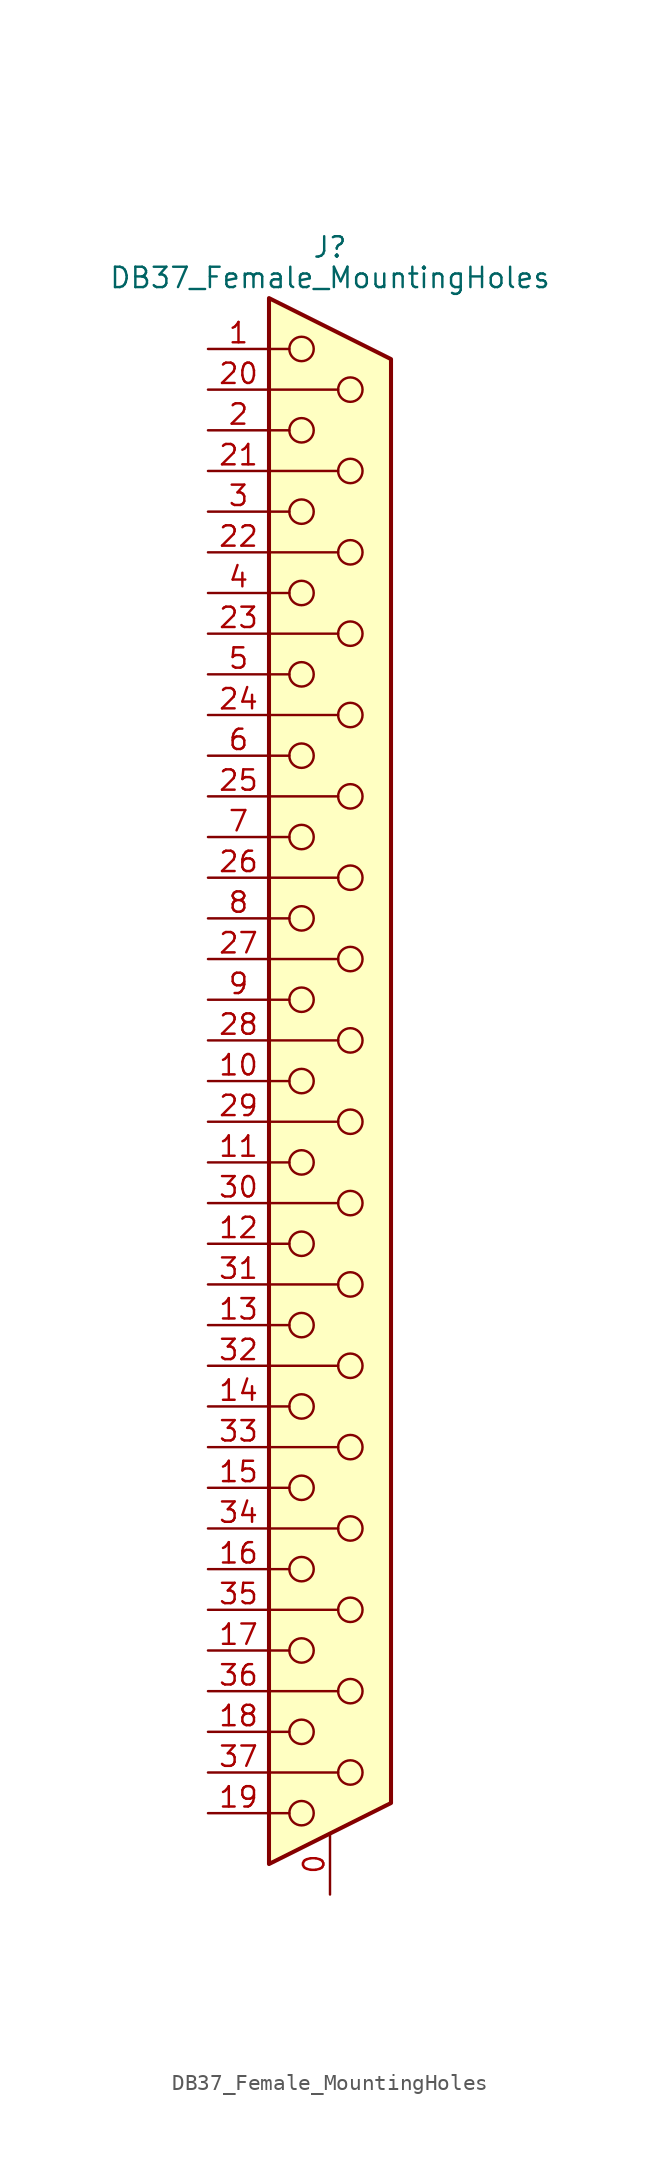
<source format=kicad_sym>
(kicad_symbol_lib
  (version 20201005)
  (generator kicad_symbol_editor)
  (symbol "Connector:DB37_Female_MountingHoles"
    (pin_names
      (offset 1.016) hide)
    (property "Reference" "J"
      (at 0 52.07 0)
      (effects (font (size 1.27 1.27))))
    (property "Value" "DB37_Female_MountingHoles"
      (at 0 50.165 0)
      (effects (font (size 1.27 1.27))))
    (symbol "DB37_Female_MountingHoles_0_1"
      (circle (center -1.778 -45.72) (radius 0.762) (stroke (width 0)) (fill (type none)))
      (circle (center -1.778 -40.64) (radius 0.762) (stroke (width 0)) (fill (type none)))
      (circle (center -1.778 -35.56) (radius 0.762) (stroke (width 0)) (fill (type none)))
      (circle (center -1.778 -30.48) (radius 0.762) (stroke (width 0)) (fill (type none)))
      (circle (center -1.778 -25.4) (radius 0.762) (stroke (width 0)) (fill (type none)))
      (circle (center -1.778 -20.32) (radius 0.762) (stroke (width 0)) (fill (type none)))
      (circle (center -1.778 -15.24) (radius 0.762) (stroke (width 0)) (fill (type none)))
      (circle (center -1.778 -10.16) (radius 0.762) (stroke (width 0)) (fill (type none)))
      (circle (center -1.778 -5.08) (radius 0.762) (stroke (width 0)) (fill (type none)))
      (circle (center -1.778 0) (radius 0.762) (stroke (width 0)) (fill (type none)))
      (circle (center -1.778 5.08) (radius 0.762) (stroke (width 0)) (fill (type none)))
      (circle (center -1.778 10.16) (radius 0.762) (stroke (width 0)) (fill (type none)))
      (circle (center -1.778 15.24) (radius 0.762) (stroke (width 0)) (fill (type none)))
      (circle (center -1.778 20.32) (radius 0.762) (stroke (width 0)) (fill (type none)))
      (circle (center -1.778 25.4) (radius 0.762) (stroke (width 0)) (fill (type none)))
      (circle (center -1.778 30.48) (radius 0.762) (stroke (width 0)) (fill (type none)))
      (circle (center -1.778 35.56) (radius 0.762) (stroke (width 0)) (fill (type none)))
      (circle (center -1.778 40.64) (radius 0.762) (stroke (width 0)) (fill (type none)))
      (circle (center -1.778 45.72) (radius 0.762) (stroke (width 0)) (fill (type none)))
      (circle (center 1.27 -43.18) (radius 0.762) (stroke (width 0)) (fill (type none)))
      (circle (center 1.27 -38.1) (radius 0.762) (stroke (width 0)) (fill (type none)))
      (circle (center 1.27 -33.02) (radius 0.762) (stroke (width 0)) (fill (type none)))
      (circle (center 1.27 -27.94) (radius 0.762) (stroke (width 0)) (fill (type none)))
      (circle (center 1.27 -22.86) (radius 0.762) (stroke (width 0)) (fill (type none)))
      (circle (center 1.27 -17.78) (radius 0.762) (stroke (width 0)) (fill (type none)))
      (circle (center 1.27 -12.7) (radius 0.762) (stroke (width 0)) (fill (type none)))
      (circle (center 1.27 -7.62) (radius 0.762) (stroke (width 0)) (fill (type none)))
      (circle (center 1.27 -2.54) (radius 0.762) (stroke (width 0)) (fill (type none)))
      (circle (center 1.27 2.54) (radius 0.762) (stroke (width 0)) (fill (type none)))
      (circle (center 1.27 7.62) (radius 0.762) (stroke (width 0)) (fill (type none)))
      (circle (center 1.27 12.7) (radius 0.762) (stroke (width 0)) (fill (type none)))
      (circle (center 1.27 17.78) (radius 0.762) (stroke (width 0)) (fill (type none)))
      (circle (center 1.27 22.86) (radius 0.762) (stroke (width 0)) (fill (type none)))
      (circle (center 1.27 27.94) (radius 0.762) (stroke (width 0)) (fill (type none)))
      (circle (center 1.27 33.02) (radius 0.762) (stroke (width 0)) (fill (type none)))
      (circle (center 1.27 38.1) (radius 0.762) (stroke (width 0)) (fill (type none)))
      (circle (center 1.27 43.18) (radius 0.762) (stroke (width 0)) (fill (type none)))
      (polyline (pts (xy -3.81 -45.72) (xy -2.54 -45.72)) (stroke (width 0)) (fill (type none)))
      (polyline (pts (xy -3.81 -43.18) (xy 0.508 -43.18)) (stroke (width 0)) (fill (type none)))
      (polyline (pts (xy -3.81 -40.64) (xy -2.54 -40.64)) (stroke (width 0)) (fill (type none)))
      (polyline (pts (xy -3.81 -38.1) (xy 0.508 -38.1)) (stroke (width 0)) (fill (type none)))
      (polyline (pts (xy -3.81 -35.56) (xy -2.54 -35.56)) (stroke (width 0)) (fill (type none)))
      (polyline (pts (xy -3.81 -33.02) (xy 0.508 -33.02)) (stroke (width 0)) (fill (type none)))
      (polyline (pts (xy -3.81 -30.48) (xy -2.54 -30.48)) (stroke (width 0)) (fill (type none)))
      (polyline (pts (xy -3.81 -27.94) (xy 0.508 -27.94)) (stroke (width 0)) (fill (type none)))
      (polyline (pts (xy -3.81 -25.4) (xy -2.54 -25.4)) (stroke (width 0)) (fill (type none)))
      (polyline (pts (xy -3.81 -22.86) (xy 0.508 -22.86)) (stroke (width 0)) (fill (type none)))
      (polyline (pts (xy -3.81 -20.32) (xy -2.54 -20.32)) (stroke (width 0)) (fill (type none)))
      (polyline (pts (xy -3.81 -17.78) (xy 0.508 -17.78)) (stroke (width 0)) (fill (type none)))
      (polyline (pts (xy -3.81 -15.24) (xy -2.54 -15.24)) (stroke (width 0)) (fill (type none)))
      (polyline (pts (xy -3.81 -12.7) (xy 0.508 -12.7)) (stroke (width 0)) (fill (type none)))
      (polyline (pts (xy -3.81 -10.16) (xy -2.54 -10.16)) (stroke (width 0)) (fill (type none)))
      (polyline (pts (xy -3.81 -7.62) (xy 0.508 -7.62)) (stroke (width 0)) (fill (type none)))
      (polyline (pts (xy -3.81 -5.08) (xy -2.54 -5.08)) (stroke (width 0)) (fill (type none)))
      (polyline (pts (xy -3.81 -2.54) (xy 0.508 -2.54)) (stroke (width 0)) (fill (type none)))
      (polyline (pts (xy -3.81 0) (xy -2.54 0)) (stroke (width 0)) (fill (type none)))
      (polyline (pts (xy -3.81 2.54) (xy 0.508 2.54)) (stroke (width 0)) (fill (type none)))
      (polyline (pts (xy -3.81 5.08) (xy -2.54 5.08)) (stroke (width 0)) (fill (type none)))
      (polyline (pts (xy -3.81 7.62) (xy 0.508 7.62)) (stroke (width 0)) (fill (type none)))
      (polyline (pts (xy -3.81 10.16) (xy -2.54 10.16)) (stroke (width 0)) (fill (type none)))
      (polyline (pts (xy -3.81 12.7) (xy 0.508 12.7)) (stroke (width 0)) (fill (type none)))
      (polyline (pts (xy -3.81 15.24) (xy -2.54 15.24)) (stroke (width 0)) (fill (type none)))
      (polyline (pts (xy -3.81 17.78) (xy 0.508 17.78)) (stroke (width 0)) (fill (type none)))
      (polyline (pts (xy -3.81 20.32) (xy -2.54 20.32)) (stroke (width 0)) (fill (type none)))
      (polyline (pts (xy -3.81 22.86) (xy 0.508 22.86)) (stroke (width 0)) (fill (type none)))
      (polyline (pts (xy -3.81 25.4) (xy -2.54 25.4)) (stroke (width 0)) (fill (type none)))
      (polyline (pts (xy -3.81 27.94) (xy 0.508 27.94)) (stroke (width 0)) (fill (type none)))
      (polyline (pts (xy -3.81 30.48) (xy -2.54 30.48)) (stroke (width 0)) (fill (type none)))
      (polyline (pts (xy -3.81 33.02) (xy 0.508 33.02)) (stroke (width 0)) (fill (type none)))
      (polyline (pts (xy -3.81 35.56) (xy -2.54 35.56)) (stroke (width 0)) (fill (type none)))
      (polyline (pts (xy -3.81 38.1) (xy 0.508 38.1)) (stroke (width 0)) (fill (type none)))
      (polyline (pts (xy -3.81 40.64) (xy -2.54 40.64)) (stroke (width 0)) (fill (type none)))
      (polyline (pts (xy -3.81 43.18) (xy 0.508 43.18)) (stroke (width 0)) (fill (type none)))
      (polyline (pts (xy -3.81 45.72) (xy -2.54 45.72)) (stroke (width 0)) (fill (type none)))
      (polyline (pts (xy -3.81 -48.895) (xy 3.81 -45.085) (xy 3.81 45.085) (xy -3.81 48.895) (xy -3.81 -48.895)) (stroke (width 0.254)) (fill (type background))))
    (symbol "DB37_Female_MountingHoles_1_1"
      (pin passive line (at 0 -50.8 90) (length 3.81) (name "PAD" (effects (font (size 1.27 1.27)))) (number "0" (effects (font (size 1.27 1.27)))))
      (pin passive line (at -7.62 45.72 0) (length 3.81) (name "1" (effects (font (size 1.27 1.27)))) (number "1" (effects (font (size 1.27 1.27)))))
      (pin passive line (at -7.62 0 0) (length 3.81) (name "10" (effects (font (size 1.27 1.27)))) (number "10" (effects (font (size 1.27 1.27)))))
      (pin passive line (at -7.62 -5.08 0) (length 3.81) (name "11" (effects (font (size 1.27 1.27)))) (number "11" (effects (font (size 1.27 1.27)))))
      (pin passive line (at -7.62 -10.16 0) (length 3.81) (name "12" (effects (font (size 1.27 1.27)))) (number "12" (effects (font (size 1.27 1.27)))))
      (pin passive line (at -7.62 -15.24 0) (length 3.81) (name "13" (effects (font (size 1.27 1.27)))) (number "13" (effects (font (size 1.27 1.27)))))
      (pin passive line (at -7.62 -20.32 0) (length 3.81) (name "14" (effects (font (size 1.27 1.27)))) (number "14" (effects (font (size 1.27 1.27)))))
      (pin passive line (at -7.62 -25.4 0) (length 3.81) (name "15" (effects (font (size 1.27 1.27)))) (number "15" (effects (font (size 1.27 1.27)))))
      (pin passive line (at -7.62 -30.48 0) (length 3.81) (name "16" (effects (font (size 1.27 1.27)))) (number "16" (effects (font (size 1.27 1.27)))))
      (pin passive line (at -7.62 -35.56 0) (length 3.81) (name "17" (effects (font (size 1.27 1.27)))) (number "17" (effects (font (size 1.27 1.27)))))
      (pin passive line (at -7.62 -40.64 0) (length 3.81) (name "18" (effects (font (size 1.27 1.27)))) (number "18" (effects (font (size 1.27 1.27)))))
      (pin passive line (at -7.62 -45.72 0) (length 3.81) (name "19" (effects (font (size 1.27 1.27)))) (number "19" (effects (font (size 1.27 1.27)))))
      (pin passive line (at -7.62 40.64 0) (length 3.81) (name "2" (effects (font (size 1.27 1.27)))) (number "2" (effects (font (size 1.27 1.27)))))
      (pin passive line (at -7.62 43.18 0) (length 3.81) (name "20" (effects (font (size 1.27 1.27)))) (number "20" (effects (font (size 1.27 1.27)))))
      (pin passive line (at -7.62 38.1 0) (length 3.81) (name "21" (effects (font (size 1.27 1.27)))) (number "21" (effects (font (size 1.27 1.27)))))
      (pin passive line (at -7.62 33.02 0) (length 3.81) (name "22" (effects (font (size 1.27 1.27)))) (number "22" (effects (font (size 1.27 1.27)))))
      (pin passive line (at -7.62 27.94 0) (length 3.81) (name "23" (effects (font (size 1.27 1.27)))) (number "23" (effects (font (size 1.27 1.27)))))
      (pin passive line (at -7.62 22.86 0) (length 3.81) (name "24" (effects (font (size 1.27 1.27)))) (number "24" (effects (font (size 1.27 1.27)))))
      (pin passive line (at -7.62 17.78 0) (length 3.81) (name "25" (effects (font (size 1.27 1.27)))) (number "25" (effects (font (size 1.27 1.27)))))
      (pin passive line (at -7.62 12.7 0) (length 3.81) (name "26" (effects (font (size 1.27 1.27)))) (number "26" (effects (font (size 1.27 1.27)))))
      (pin passive line (at -7.62 7.62 0) (length 3.81) (name "27" (effects (font (size 1.27 1.27)))) (number "27" (effects (font (size 1.27 1.27)))))
      (pin passive line (at -7.62 2.54 0) (length 3.81) (name "28" (effects (font (size 1.27 1.27)))) (number "28" (effects (font (size 1.27 1.27)))))
      (pin passive line (at -7.62 -2.54 0) (length 3.81) (name "29" (effects (font (size 1.27 1.27)))) (number "29" (effects (font (size 1.27 1.27)))))
      (pin passive line (at -7.62 35.56 0) (length 3.81) (name "3" (effects (font (size 1.27 1.27)))) (number "3" (effects (font (size 1.27 1.27)))))
      (pin passive line (at -7.62 -7.62 0) (length 3.81) (name "30" (effects (font (size 1.27 1.27)))) (number "30" (effects (font (size 1.27 1.27)))))
      (pin passive line (at -7.62 -12.7 0) (length 3.81) (name "31" (effects (font (size 1.27 1.27)))) (number "31" (effects (font (size 1.27 1.27)))))
      (pin passive line (at -7.62 -17.78 0) (length 3.81) (name "32" (effects (font (size 1.27 1.27)))) (number "32" (effects (font (size 1.27 1.27)))))
      (pin passive line (at -7.62 -22.86 0) (length 3.81) (name "33" (effects (font (size 1.27 1.27)))) (number "33" (effects (font (size 1.27 1.27)))))
      (pin passive line (at -7.62 -27.94 0) (length 3.81) (name "34" (effects (font (size 1.27 1.27)))) (number "34" (effects (font (size 1.27 1.27)))))
      (pin passive line (at -7.62 -33.02 0) (length 3.81) (name "35" (effects (font (size 1.27 1.27)))) (number "35" (effects (font (size 1.27 1.27)))))
      (pin passive line (at -7.62 -38.1 0) (length 3.81) (name "36" (effects (font (size 1.27 1.27)))) (number "36" (effects (font (size 1.27 1.27)))))
      (pin passive line (at -7.62 -43.18 0) (length 3.81) (name "37" (effects (font (size 1.27 1.27)))) (number "37" (effects (font (size 1.27 1.27)))))
      (pin passive line (at -7.62 30.48 0) (length 3.81) (name "4" (effects (font (size 1.27 1.27)))) (number "4" (effects (font (size 1.27 1.27)))))
      (pin passive line (at -7.62 25.4 0) (length 3.81) (name "5" (effects (font (size 1.27 1.27)))) (number "5" (effects (font (size 1.27 1.27)))))
      (pin passive line (at -7.62 20.32 0) (length 3.81) (name "6" (effects (font (size 1.27 1.27)))) (number "6" (effects (font (size 1.27 1.27)))))
      (pin passive line (at -7.62 15.24 0) (length 3.81) (name "7" (effects (font (size 1.27 1.27)))) (number "7" (effects (font (size 1.27 1.27)))))
      (pin passive line (at -7.62 10.16 0) (length 3.81) (name "8" (effects (font (size 1.27 1.27)))) (number "8" (effects (font (size 1.27 1.27)))))
      (pin passive line (at -7.62 5.08 0) (length 3.81) (name "9" (effects (font (size 1.27 1.27)))) (number "9" (effects (font (size 1.27 1.27))))))))
</source>
